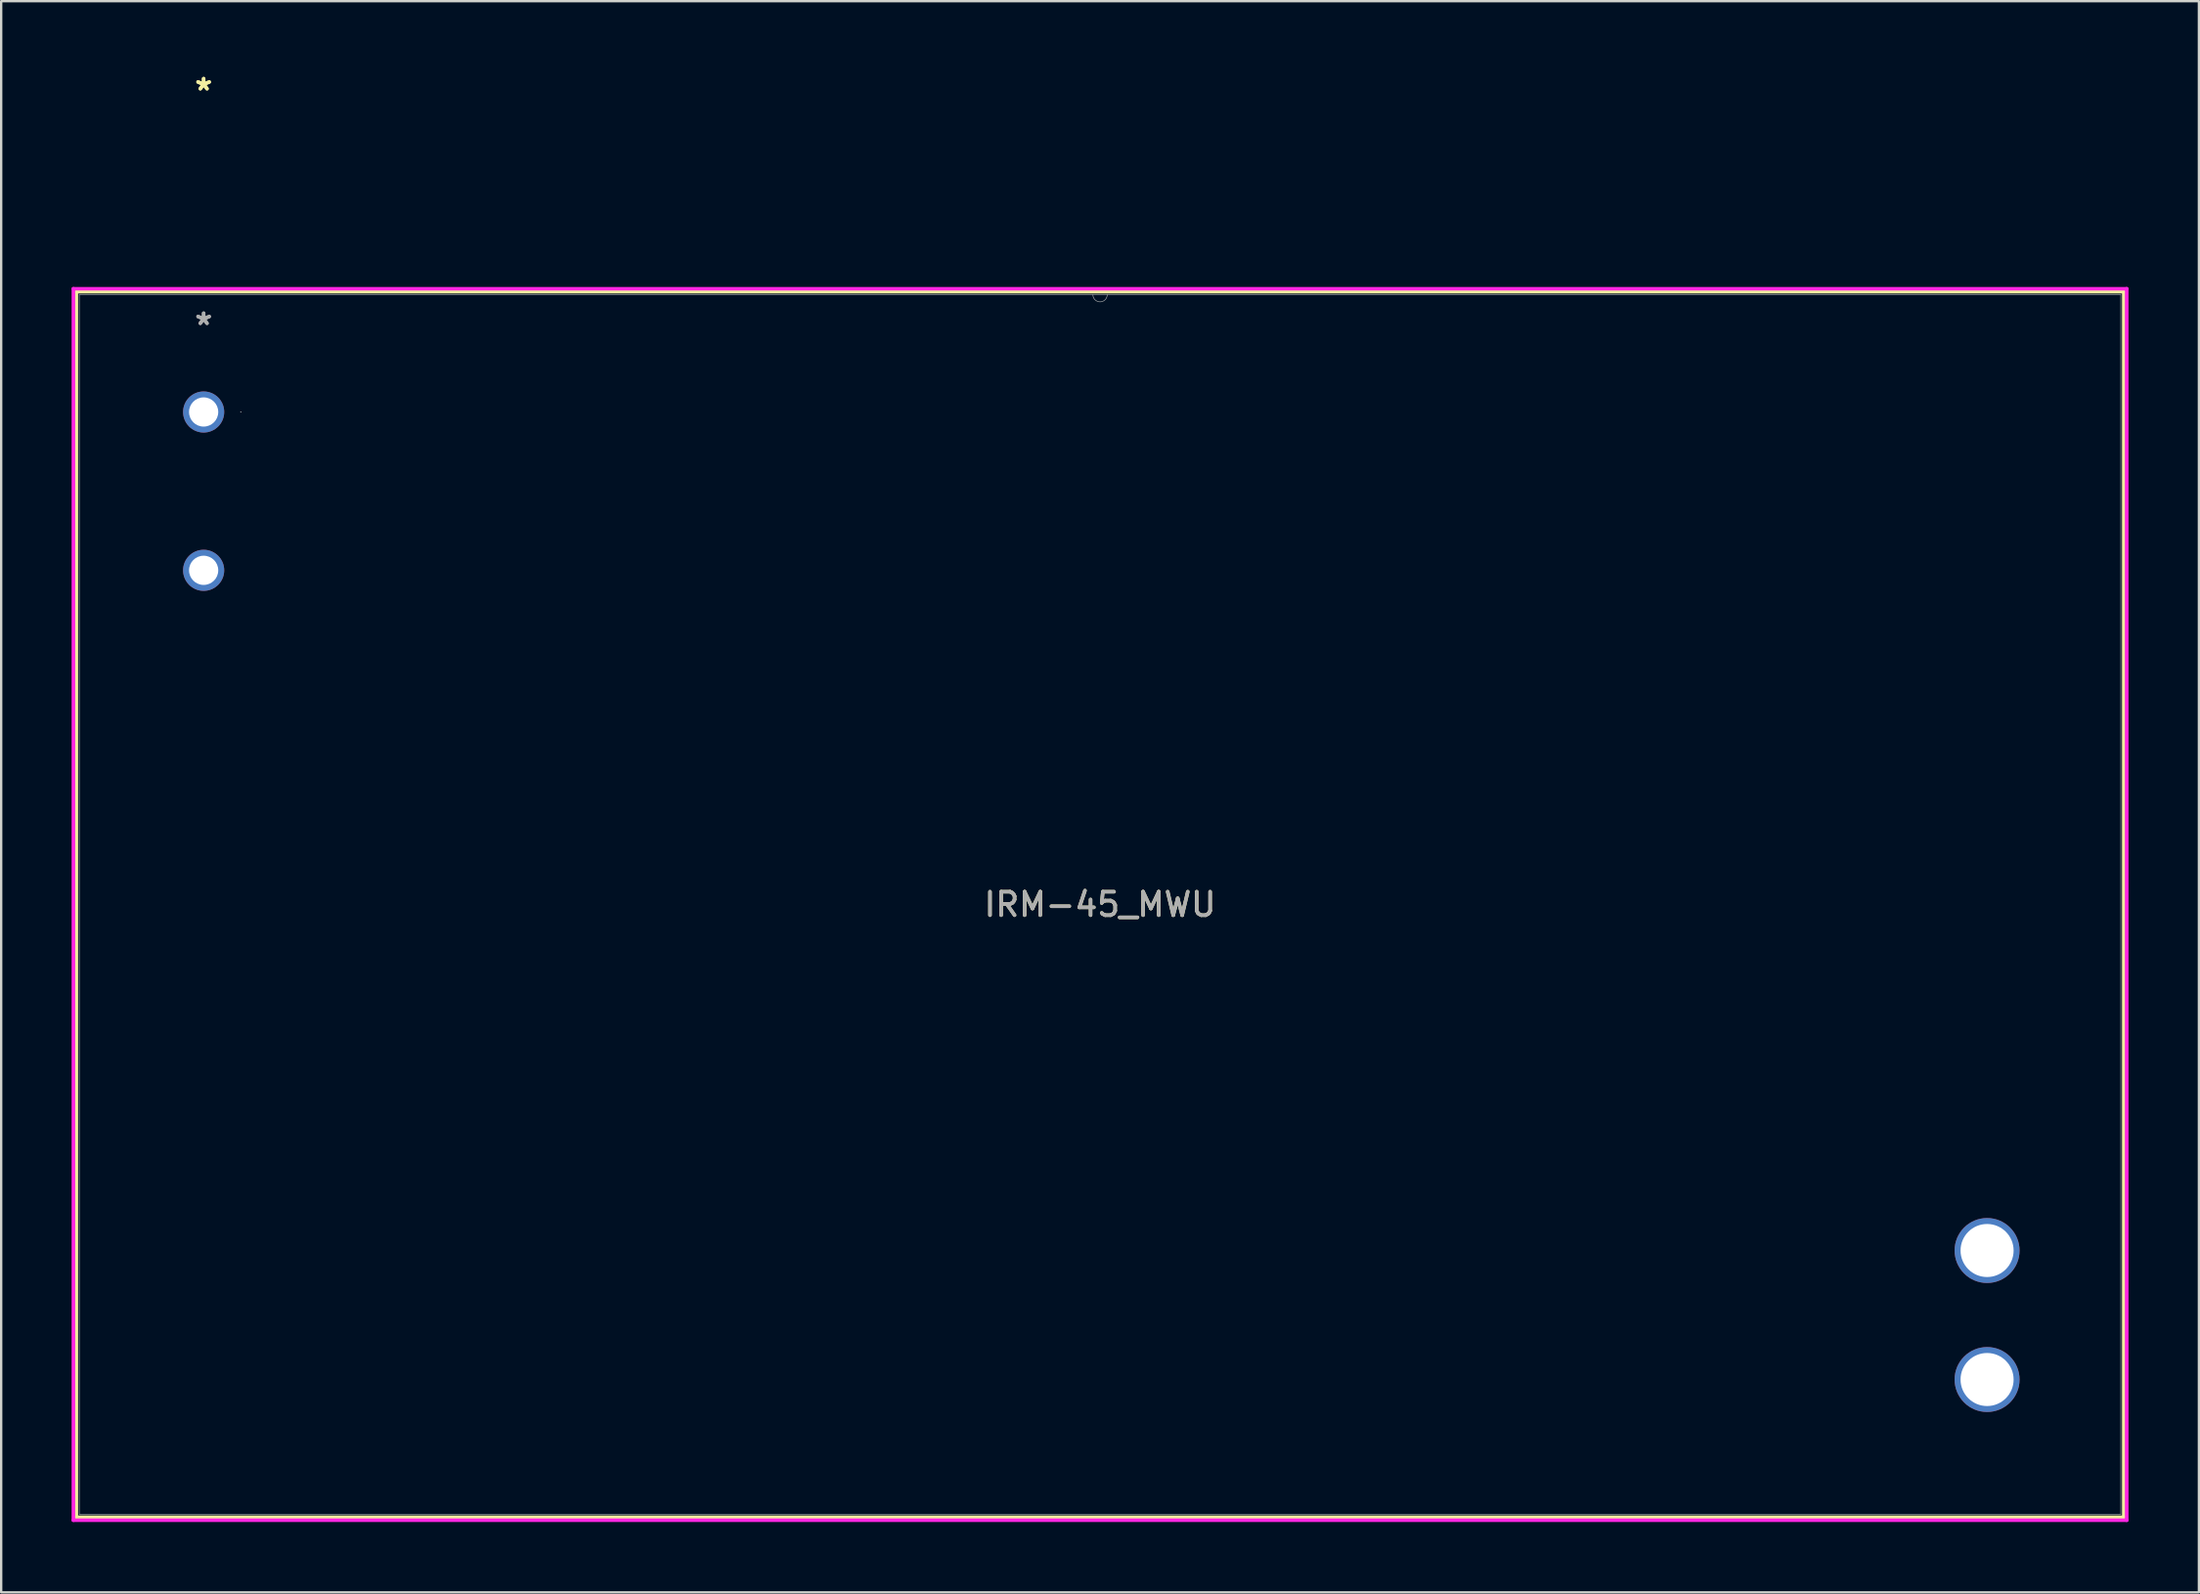
<source format=kicad_pcb>
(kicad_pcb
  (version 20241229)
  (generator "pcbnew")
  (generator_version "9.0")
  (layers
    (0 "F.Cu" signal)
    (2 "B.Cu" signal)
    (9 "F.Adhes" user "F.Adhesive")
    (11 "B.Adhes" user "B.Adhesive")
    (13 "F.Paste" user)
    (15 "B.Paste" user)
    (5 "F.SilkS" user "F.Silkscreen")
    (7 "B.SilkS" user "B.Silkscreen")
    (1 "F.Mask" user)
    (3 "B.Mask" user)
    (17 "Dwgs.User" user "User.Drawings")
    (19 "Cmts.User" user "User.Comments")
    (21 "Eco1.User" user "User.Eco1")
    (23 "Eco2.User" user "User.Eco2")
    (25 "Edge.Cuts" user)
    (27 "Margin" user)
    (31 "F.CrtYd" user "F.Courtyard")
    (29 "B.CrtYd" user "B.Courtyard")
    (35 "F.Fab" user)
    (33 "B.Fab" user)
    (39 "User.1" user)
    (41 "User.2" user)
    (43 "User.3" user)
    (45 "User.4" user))
  (footprint "IRM-45_MWU"
    (layer "F.Cu")
    (at 5.628 14.515)
    (property "Reference" "IRM-45_MWU" (at 38.2 20.997 0) (unlocked yes) (layer "F.SilkS") (effects (font (size 1 1) (thickness 0.15))))
    (attr through_hole)
    (fp_line (start -5.425 -5.127) (end -5.425 47.121) (stroke (width 0.152) (type solid)) (layer "F.SilkS"))
    (fp_line (start -5.425 47.121) (end 81.825 47.121) (stroke (width 0.152) (type solid)) (layer "F.SilkS"))
    (fp_line (start 81.825 -5.127) (end -5.425 -5.127) (stroke (width 0.152) (type solid)) (layer "F.SilkS"))
    (fp_line (start 81.825 47.121) (end 81.825 -5.127) (stroke (width 0.152) (type solid)) (layer "F.SilkS"))
    (fp_line (start -5.551 -5.254) (end 81.951 -5.254) (stroke (width 0.152) (type solid)) (layer "F.CrtYd"))
    (fp_line (start -5.551 47.248) (end -5.551 -5.254) (stroke (width 0.152) (type solid)) (layer "F.CrtYd"))
    (fp_line (start 81.951 -5.254) (end 81.951 47.248) (stroke (width 0.152) (type solid)) (layer "F.CrtYd"))
    (fp_line (start 81.951 47.248) (end -5.551 47.248) (stroke (width 0.152) (type solid)) (layer "F.CrtYd"))
    (fp_line (start -5.298 -5) (end -5.298 46.994) (stroke (width 0.025) (type solid)) (layer "F.Fab"))
    (fp_line (start -5.298 46.994) (end 81.698 46.994) (stroke (width 0.025) (type solid)) (layer "F.Fab"))
    (fp_line (start 81.698 -5) (end -5.298 -5) (stroke (width 0.025) (type solid)) (layer "F.Fab"))
    (fp_line (start 81.698 46.994) (end 81.698 -5) (stroke (width 0.025) (type solid)) (layer "F.Fab"))
    (fp_arc (start 38.5048 -5) (mid 38.2 -4.6952) (end 37.8952 -5) (stroke (width 0.0254) (type solid)) (layer "F.Fab"))
    (fp_circle (center 1.584 0) (end 1.584 0) (stroke (width 0.025) (type solid)) (fill no) (layer "F.Fab"))
    (fp_text user "*" (at 0 -13.667 0) (layer "F.SilkS") (effects (font (size 1 1) (thickness 0.15))))
    (fp_text user "*" (at 0 -13.667 0) (unlocked yes) (layer "F.SilkS") (effects (font (size 1 1) (thickness 0.15))))
    (fp_text user "*" (at 0 -3.667 0) (unlocked yes) (layer "F.Fab") (effects (font (size 1 1) (thickness 0.15))))
    (fp_text user "${REFERENCE}" (at 38.2 20.997 0) (unlocked yes) (layer "F.Fab") (effects (font (size 1 1) (thickness 0.15))))
    (fp_text user "*" (at 0 -3.667 0) (layer "F.Fab") (effects (font (size 1 1) (thickness 0.15))))
    (pad "1" thru_hole circle (at 0 0) (size 1.753 1.753) (drill 1.245) (layers "*.Cu" "*.Mask"))
    (pad "2" thru_hole circle (at 0 6.75) (size 1.753 1.753) (drill 1.245) (layers "*.Cu" "*.Mask"))
    (pad "3" thru_hole circle (at 76 41.25) (size 2.769 2.769) (drill 2.261) (layers "*.Cu" "*.Mask"))
    (pad "4" thru_hole circle (at 76 35.75) (size 2.769 2.769) (drill 2.261) (layers "*.Cu" "*.Mask")))
  (gr_rect
    (start -3 -3)
    (end 90.655 64.839)
    (stroke (width 0.1) (type default))
    (fill no)
    (layer "Edge.Cuts")))
</source>
